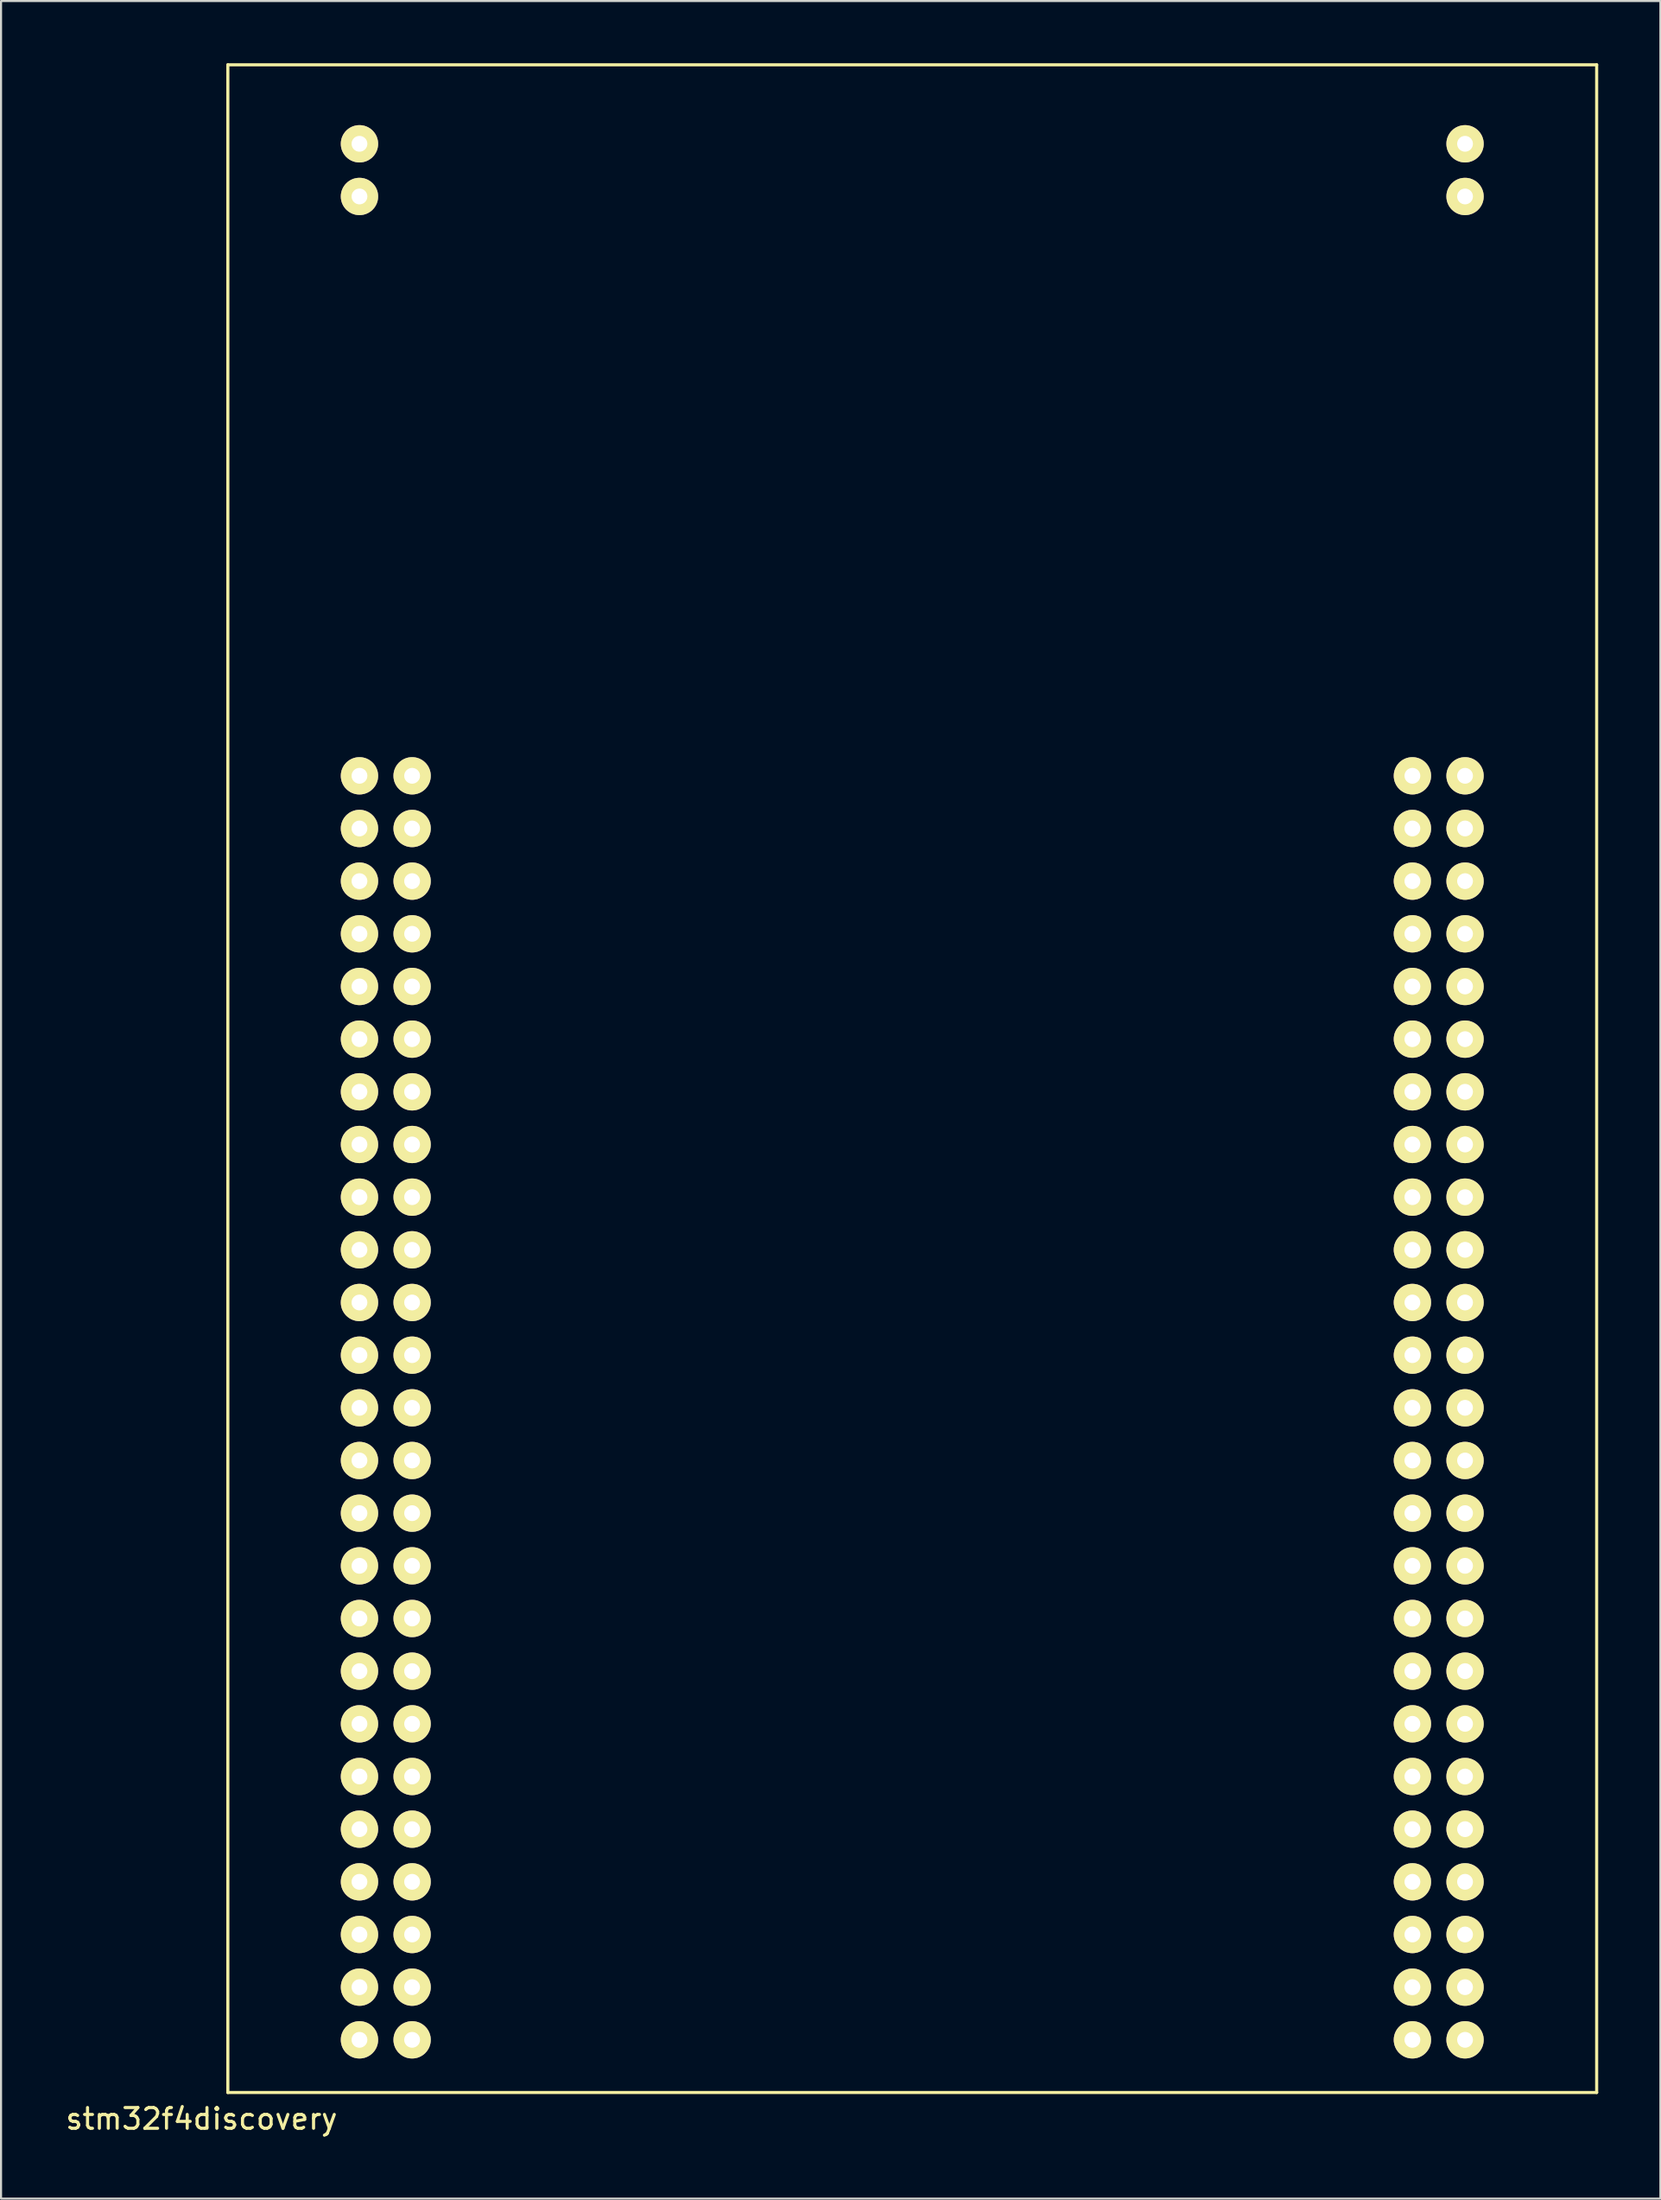
<source format=kicad_pcb>
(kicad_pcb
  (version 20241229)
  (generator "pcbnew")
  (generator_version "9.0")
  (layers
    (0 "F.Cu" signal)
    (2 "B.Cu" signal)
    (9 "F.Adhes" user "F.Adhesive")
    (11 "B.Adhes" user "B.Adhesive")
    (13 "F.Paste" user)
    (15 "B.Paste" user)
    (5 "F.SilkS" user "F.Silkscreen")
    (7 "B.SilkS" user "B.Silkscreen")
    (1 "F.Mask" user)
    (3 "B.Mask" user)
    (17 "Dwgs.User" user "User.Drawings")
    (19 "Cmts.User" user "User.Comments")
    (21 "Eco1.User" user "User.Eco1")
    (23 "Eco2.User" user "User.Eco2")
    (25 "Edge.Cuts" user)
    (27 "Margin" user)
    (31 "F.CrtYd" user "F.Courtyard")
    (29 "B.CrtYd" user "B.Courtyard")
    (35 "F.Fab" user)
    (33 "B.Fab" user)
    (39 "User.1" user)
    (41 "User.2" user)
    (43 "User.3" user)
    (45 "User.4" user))
  (footprint "stm32f4discovery"
    (layer "F.Cu")
    (at 7.943 97.865)
    (property "Reference" "stm32f4discovery" (at -1.27 1.27 0) (layer "F.SilkS") (effects (font (size 1 1) (thickness 0.15))))
    (attr through_hole)
    (fp_line (start 0 -97.79) (end 66.04 -97.79) (stroke (width 0.15) (type solid)) (layer "F.SilkS"))
    (fp_line (start 0 0) (end 0 -97.79) (stroke (width 0.15) (type solid)) (layer "F.SilkS"))
    (fp_line (start 66.04 -97.79) (end 66.04 0) (stroke (width 0.15) (type solid)) (layer "F.SilkS"))
    (fp_line (start 66.04 0) (end 0 0) (stroke (width 0.15) (type solid)) (layer "F.SilkS"))
    (pad "1" thru_hole circle (at 6.35 -63.5) (size 1.8 1.8) (drill 0.762) (layers "*.Cu" "*.Mask" "F.SilkS"))
    (pad "2" thru_hole circle (at 8.89 -63.5) (size 1.8 1.8) (drill 0.762) (layers "*.Cu" "*.Mask" "F.SilkS"))
    (pad "3" thru_hole circle (at 6.35 -60.96) (size 1.8 1.8) (drill 0.762) (layers "*.Cu" "*.Mask" "F.SilkS"))
    (pad "4" thru_hole circle (at 8.89 -60.96) (size 1.8 1.8) (drill 0.762) (layers "*.Cu" "*.Mask" "F.SilkS"))
    (pad "5" thru_hole circle (at 6.35 -58.42) (size 1.8 1.8) (drill 0.762) (layers "*.Cu" "*.Mask" "F.SilkS"))
    (pad "6" thru_hole circle (at 8.89 -58.42) (size 1.8 1.8) (drill 0.762) (layers "*.Cu" "*.Mask" "F.SilkS"))
    (pad "7" thru_hole circle (at 6.35 -55.88) (size 1.8 1.8) (drill 0.762) (layers "*.Cu" "*.Mask" "F.SilkS"))
    (pad "8" thru_hole circle (at 8.89 -55.88) (size 1.8 1.8) (drill 0.762) (layers "*.Cu" "*.Mask" "F.SilkS"))
    (pad "9" thru_hole circle (at 6.35 -53.34) (size 1.8 1.8) (drill 0.762) (layers "*.Cu" "*.Mask" "F.SilkS"))
    (pad "10" thru_hole circle (at 8.89 -53.34) (size 1.8 1.8) (drill 0.762) (layers "*.Cu" "*.Mask" "F.SilkS"))
    (pad "11" thru_hole circle (at 6.35 -50.8) (size 1.8 1.8) (drill 0.762) (layers "*.Cu" "*.Mask" "F.SilkS"))
    (pad "12" thru_hole circle (at 8.89 -50.8) (size 1.8 1.8) (drill 0.762) (layers "*.Cu" "*.Mask" "F.SilkS"))
    (pad "13" thru_hole circle (at 6.35 -48.26) (size 1.8 1.8) (drill 0.762) (layers "*.Cu" "*.Mask" "F.SilkS"))
    (pad "14" thru_hole circle (at 8.89 -48.26) (size 1.8 1.8) (drill 0.762) (layers "*.Cu" "*.Mask" "F.SilkS"))
    (pad "15" thru_hole circle (at 6.35 -45.72) (size 1.8 1.8) (drill 0.762) (layers "*.Cu" "*.Mask" "F.SilkS"))
    (pad "16" thru_hole circle (at 8.89 -45.72) (size 1.8 1.8) (drill 0.762) (layers "*.Cu" "*.Mask" "F.SilkS"))
    (pad "17" thru_hole circle (at 6.35 -43.18) (size 1.8 1.8) (drill 0.762) (layers "*.Cu" "*.Mask" "F.SilkS"))
    (pad "18" thru_hole circle (at 8.89 -43.18) (size 1.8 1.8) (drill 0.762) (layers "*.Cu" "*.Mask" "F.SilkS"))
    (pad "19" thru_hole circle (at 6.35 -40.64) (size 1.8 1.8) (drill 0.762) (layers "*.Cu" "*.Mask" "F.SilkS"))
    (pad "20" thru_hole circle (at 8.89 -40.64) (size 1.8 1.8) (drill 0.762) (layers "*.Cu" "*.Mask" "F.SilkS"))
    (pad "21" thru_hole circle (at 6.35 -38.1) (size 1.8 1.8) (drill 0.762) (layers "*.Cu" "*.Mask" "F.SilkS"))
    (pad "22" thru_hole circle (at 8.89 -38.1) (size 1.8 1.8) (drill 0.762) (layers "*.Cu" "*.Mask" "F.SilkS"))
    (pad "23" thru_hole circle (at 6.35 -35.56) (size 1.8 1.8) (drill 0.762) (layers "*.Cu" "*.Mask" "F.SilkS"))
    (pad "24" thru_hole circle (at 8.89 -35.56) (size 1.8 1.8) (drill 0.762) (layers "*.Cu" "*.Mask" "F.SilkS"))
    (pad "25" thru_hole circle (at 6.35 -33.02) (size 1.8 1.8) (drill 0.762) (layers "*.Cu" "*.Mask" "F.SilkS"))
    (pad "26" thru_hole circle (at 8.89 -33.02) (size 1.8 1.8) (drill 0.762) (layers "*.Cu" "*.Mask" "F.SilkS"))
    (pad "27" thru_hole circle (at 6.35 -30.48) (size 1.8 1.8) (drill 0.762) (layers "*.Cu" "*.Mask" "F.SilkS"))
    (pad "28" thru_hole circle (at 8.89 -30.48) (size 1.8 1.8) (drill 0.762) (layers "*.Cu" "*.Mask" "F.SilkS"))
    (pad "29" thru_hole circle (at 6.35 -27.94) (size 1.8 1.8) (drill 0.762) (layers "*.Cu" "*.Mask" "F.SilkS"))
    (pad "30" thru_hole circle (at 8.89 -27.94) (size 1.8 1.8) (drill 0.762) (layers "*.Cu" "*.Mask" "F.SilkS"))
    (pad "31" thru_hole circle (at 6.35 -25.4) (size 1.8 1.8) (drill 0.762) (layers "*.Cu" "*.Mask" "F.SilkS"))
    (pad "32" thru_hole circle (at 8.89 -25.4) (size 1.8 1.8) (drill 0.762) (layers "*.Cu" "*.Mask" "F.SilkS"))
    (pad "33" thru_hole circle (at 6.35 -22.86) (size 1.8 1.8) (drill 0.762) (layers "*.Cu" "*.Mask" "F.SilkS"))
    (pad "34" thru_hole circle (at 8.89 -22.86) (size 1.8 1.8) (drill 0.762) (layers "*.Cu" "*.Mask" "F.SilkS"))
    (pad "35" thru_hole circle (at 6.35 -20.32) (size 1.8 1.8) (drill 0.762) (layers "*.Cu" "*.Mask" "F.SilkS"))
    (pad "36" thru_hole circle (at 8.89 -20.32) (size 1.8 1.8) (drill 0.762) (layers "*.Cu" "*.Mask" "F.SilkS"))
    (pad "37" thru_hole circle (at 6.35 -17.78) (size 1.8 1.8) (drill 0.762) (layers "*.Cu" "*.Mask" "F.SilkS"))
    (pad "38" thru_hole circle (at 8.89 -17.78) (size 1.8 1.8) (drill 0.762) (layers "*.Cu" "*.Mask" "F.SilkS"))
    (pad "39" thru_hole circle (at 6.35 -15.24) (size 1.8 1.8) (drill 0.762) (layers "*.Cu" "*.Mask" "F.SilkS"))
    (pad "40" thru_hole circle (at 8.89 -15.24) (size 1.8 1.8) (drill 0.762) (layers "*.Cu" "*.Mask" "F.SilkS"))
    (pad "41" thru_hole circle (at 6.35 -12.7) (size 1.8 1.8) (drill 0.762) (layers "*.Cu" "*.Mask" "F.SilkS"))
    (pad "42" thru_hole circle (at 8.89 -12.7) (size 1.8 1.8) (drill 0.762) (layers "*.Cu" "*.Mask" "F.SilkS"))
    (pad "43" thru_hole circle (at 6.35 -10.16) (size 1.8 1.8) (drill 0.762) (layers "*.Cu" "*.Mask" "F.SilkS"))
    (pad "44" thru_hole circle (at 8.89 -10.16) (size 1.8 1.8) (drill 0.762) (layers "*.Cu" "*.Mask" "F.SilkS"))
    (pad "45" thru_hole circle (at 6.35 -7.62) (size 1.8 1.8) (drill 0.762) (layers "*.Cu" "*.Mask" "F.SilkS"))
    (pad "46" thru_hole circle (at 8.89 -7.62) (size 1.8 1.8) (drill 0.762) (layers "*.Cu" "*.Mask" "F.SilkS"))
    (pad "47" thru_hole circle (at 6.35 -5.08) (size 1.8 1.8) (drill 0.762) (layers "*.Cu" "*.Mask" "F.SilkS"))
    (pad "48" thru_hole circle (at 8.89 -5.08) (size 1.8 1.8) (drill 0.762) (layers "*.Cu" "*.Mask" "F.SilkS"))
    (pad "49" thru_hole circle (at 6.35 -2.54) (size 1.8 1.8) (drill 0.762) (layers "*.Cu" "*.Mask" "F.SilkS"))
    (pad "50" thru_hole circle (at 8.89 -2.54) (size 1.8 1.8) (drill 0.762) (layers "*.Cu" "*.Mask" "F.SilkS"))
    (pad "51" thru_hole circle (at 57.15 -63.5) (size 1.8 1.8) (drill 0.762) (layers "*.Cu" "*.Mask" "F.SilkS"))
    (pad "52" thru_hole circle (at 59.69 -63.5) (size 1.8 1.8) (drill 0.762) (layers "*.Cu" "*.Mask" "F.SilkS"))
    (pad "53" thru_hole circle (at 57.15 -60.96) (size 1.8 1.8) (drill 0.762) (layers "*.Cu" "*.Mask" "F.SilkS"))
    (pad "54" thru_hole circle (at 59.69 -60.96) (size 1.8 1.8) (drill 0.762) (layers "*.Cu" "*.Mask" "F.SilkS"))
    (pad "55" thru_hole circle (at 57.15 -58.42) (size 1.8 1.8) (drill 0.762) (layers "*.Cu" "*.Mask" "F.SilkS"))
    (pad "56" thru_hole circle (at 59.69 -58.42) (size 1.8 1.8) (drill 0.762) (layers "*.Cu" "*.Mask" "F.SilkS"))
    (pad "57" thru_hole circle (at 57.15 -55.88) (size 1.8 1.8) (drill 0.762) (layers "*.Cu" "*.Mask" "F.SilkS"))
    (pad "58" thru_hole circle (at 59.69 -55.88) (size 1.8 1.8) (drill 0.762) (layers "*.Cu" "*.Mask" "F.SilkS"))
    (pad "59" thru_hole circle (at 57.15 -53.34) (size 1.8 1.8) (drill 0.762) (layers "*.Cu" "*.Mask" "F.SilkS"))
    (pad "60" thru_hole circle (at 59.69 -53.34) (size 1.8 1.8) (drill 0.762) (layers "*.Cu" "*.Mask" "F.SilkS"))
    (pad "61" thru_hole circle (at 57.15 -50.8) (size 1.8 1.8) (drill 0.762) (layers "*.Cu" "*.Mask" "F.SilkS"))
    (pad "62" thru_hole circle (at 59.69 -50.8) (size 1.8 1.8) (drill 0.762) (layers "*.Cu" "*.Mask" "F.SilkS"))
    (pad "63" thru_hole circle (at 57.15 -48.26) (size 1.8 1.8) (drill 0.762) (layers "*.Cu" "*.Mask" "F.SilkS"))
    (pad "64" thru_hole circle (at 59.69 -48.26) (size 1.8 1.8) (drill 0.762) (layers "*.Cu" "*.Mask" "F.SilkS"))
    (pad "65" thru_hole circle (at 57.15 -45.72) (size 1.8 1.8) (drill 0.762) (layers "*.Cu" "*.Mask" "F.SilkS"))
    (pad "66" thru_hole circle (at 59.69 -45.72) (size 1.8 1.8) (drill 0.762) (layers "*.Cu" "*.Mask" "F.SilkS"))
    (pad "67" thru_hole circle (at 57.15 -43.18) (size 1.8 1.8) (drill 0.762) (layers "*.Cu" "*.Mask" "F.SilkS"))
    (pad "68" thru_hole circle (at 59.69 -43.18) (size 1.8 1.8) (drill 0.762) (layers "*.Cu" "*.Mask" "F.SilkS"))
    (pad "69" thru_hole circle (at 57.15 -40.64) (size 1.8 1.8) (drill 0.762) (layers "*.Cu" "*.Mask" "F.SilkS"))
    (pad "70" thru_hole circle (at 59.69 -40.64) (size 1.8 1.8) (drill 0.762) (layers "*.Cu" "*.Mask" "F.SilkS"))
    (pad "71" thru_hole circle (at 57.15 -38.1) (size 1.8 1.8) (drill 0.762) (layers "*.Cu" "*.Mask" "F.SilkS"))
    (pad "72" thru_hole circle (at 59.69 -38.1) (size 1.8 1.8) (drill 0.762) (layers "*.Cu" "*.Mask" "F.SilkS"))
    (pad "73" thru_hole circle (at 57.15 -35.56) (size 1.8 1.8) (drill 0.762) (layers "*.Cu" "*.Mask" "F.SilkS"))
    (pad "74" thru_hole circle (at 59.69 -35.56) (size 1.8 1.8) (drill 0.762) (layers "*.Cu" "*.Mask" "F.SilkS"))
    (pad "75" thru_hole circle (at 57.15 -33.02) (size 1.8 1.8) (drill 0.762) (layers "*.Cu" "*.Mask" "F.SilkS"))
    (pad "76" thru_hole circle (at 59.69 -33.02) (size 1.8 1.8) (drill 0.762) (layers "*.Cu" "*.Mask" "F.SilkS"))
    (pad "77" thru_hole circle (at 57.15 -30.48) (size 1.8 1.8) (drill 0.762) (layers "*.Cu" "*.Mask" "F.SilkS"))
    (pad "78" thru_hole circle (at 59.69 -30.48) (size 1.8 1.8) (drill 0.762) (layers "*.Cu" "*.Mask" "F.SilkS"))
    (pad "79" thru_hole circle (at 57.15 -27.94) (size 1.8 1.8) (drill 0.762) (layers "*.Cu" "*.Mask" "F.SilkS"))
    (pad "80" thru_hole circle (at 59.69 -27.94) (size 1.8 1.8) (drill 0.762) (layers "*.Cu" "*.Mask" "F.SilkS"))
    (pad "81" thru_hole circle (at 57.15 -25.4) (size 1.8 1.8) (drill 0.762) (layers "*.Cu" "*.Mask" "F.SilkS"))
    (pad "82" thru_hole circle (at 59.69 -25.4) (size 1.8 1.8) (drill 0.762) (layers "*.Cu" "*.Mask" "F.SilkS"))
    (pad "83" thru_hole circle (at 57.15 -22.86) (size 1.8 1.8) (drill 0.762) (layers "*.Cu" "*.Mask" "F.SilkS"))
    (pad "84" thru_hole circle (at 59.69 -22.86) (size 1.8 1.8) (drill 0.762) (layers "*.Cu" "*.Mask" "F.SilkS"))
    (pad "85" thru_hole circle (at 57.15 -20.32) (size 1.8 1.8) (drill 0.762) (layers "*.Cu" "*.Mask" "F.SilkS"))
    (pad "86" thru_hole circle (at 59.69 -20.32) (size 1.8 1.8) (drill 0.762) (layers "*.Cu" "*.Mask" "F.SilkS"))
    (pad "87" thru_hole circle (at 57.15 -17.78) (size 1.8 1.8) (drill 0.762) (layers "*.Cu" "*.Mask" "F.SilkS"))
    (pad "88" thru_hole circle (at 59.69 -17.78) (size 1.8 1.8) (drill 0.762) (layers "*.Cu" "*.Mask" "F.SilkS"))
    (pad "89" thru_hole circle (at 57.15 -15.24) (size 1.8 1.8) (drill 0.762) (layers "*.Cu" "*.Mask" "F.SilkS"))
    (pad "90" thru_hole circle (at 59.69 -15.24) (size 1.8 1.8) (drill 0.762) (layers "*.Cu" "*.Mask" "F.SilkS"))
    (pad "91" thru_hole circle (at 57.15 -12.7) (size 1.8 1.8) (drill 0.762) (layers "*.Cu" "*.Mask" "F.SilkS"))
    (pad "92" thru_hole circle (at 59.69 -12.7) (size 1.8 1.8) (drill 0.762) (layers "*.Cu" "*.Mask" "F.SilkS"))
    (pad "93" thru_hole circle (at 57.15 -10.16) (size 1.8 1.8) (drill 0.762) (layers "*.Cu" "*.Mask" "F.SilkS"))
    (pad "94" thru_hole circle (at 59.69 -10.16) (size 1.8 1.8) (drill 0.762) (layers "*.Cu" "*.Mask" "F.SilkS"))
    (pad "95" thru_hole circle (at 57.15 -7.62) (size 1.8 1.8) (drill 0.762) (layers "*.Cu" "*.Mask" "F.SilkS"))
    (pad "96" thru_hole circle (at 59.69 -7.62) (size 1.8 1.8) (drill 0.762) (layers "*.Cu" "*.Mask" "F.SilkS"))
    (pad "97" thru_hole circle (at 57.15 -5.08) (size 1.8 1.8) (drill 0.762) (layers "*.Cu" "*.Mask" "F.SilkS"))
    (pad "98" thru_hole circle (at 59.69 -5.08) (size 1.8 1.8) (drill 0.762) (layers "*.Cu" "*.Mask" "F.SilkS"))
    (pad "99" thru_hole circle (at 57.15 -2.54) (size 1.8 1.8) (drill 0.762) (layers "*.Cu" "*.Mask" "F.SilkS"))
    (pad "100" thru_hole circle (at 59.69 -2.54) (size 1.8 1.8) (drill 0.762) (layers "*.Cu" "*.Mask" "F.SilkS"))
    (pad "101" thru_hole circle (at 6.35 -91.44) (size 1.8 1.8) (drill 0.762) (layers "*.Cu" "*.Mask" "F.SilkS"))
    (pad "102" thru_hole circle (at 6.35 -93.98) (size 1.8 1.8) (drill 0.762) (layers "*.Cu" "*.Mask" "F.SilkS"))
    (pad "103" thru_hole circle (at 59.69 -91.44) (size 1.8 1.8) (drill 0.762) (layers "*.Cu" "*.Mask" "F.SilkS"))
    (pad "104" thru_hole circle (at 59.69 -93.98) (size 1.8 1.8) (drill 0.762) (layers "*.Cu" "*.Mask" "F.SilkS")))
  (gr_rect
    (start -3 -3)
    (end 77.058 102.983)
    (stroke (width 0.1) (type default))
    (fill no)
    (layer "Edge.Cuts")))
</source>
